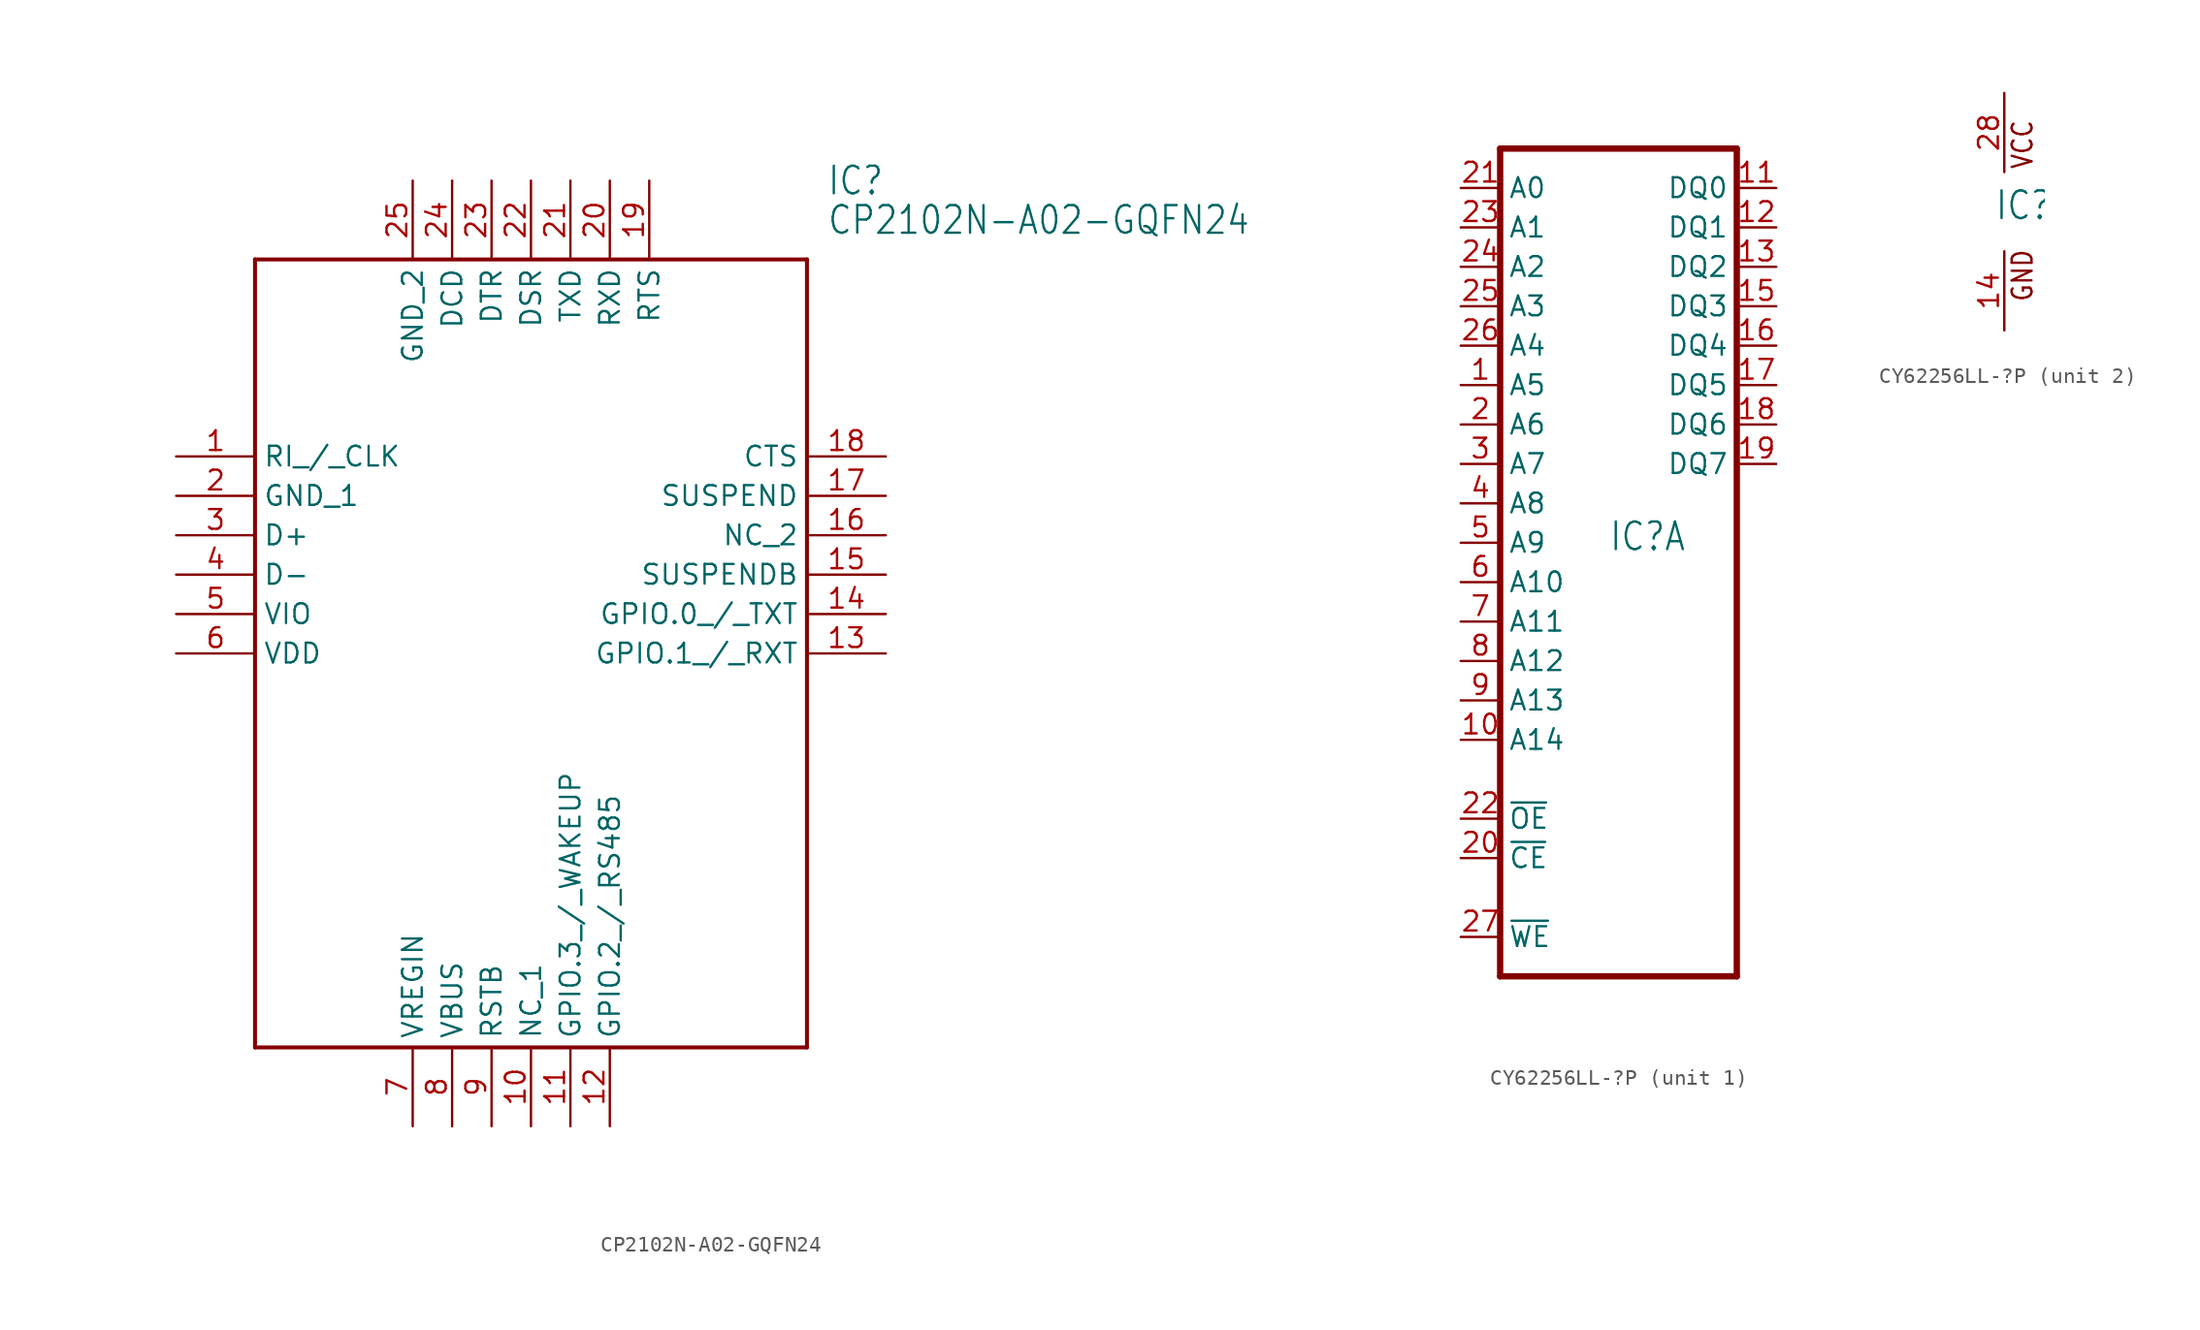
<source format=kicad_sym>
(kicad_symbol_lib
  (version 20211014)
  (generator kicad_symbol_editor)
  (symbol "CP2102N-A02-GQFN24"
    (property "Reference" "IC"
      (at 41.91 17.78 0)
      (effects (font (size 1.778 1.511)) (justify left)))
    (property "Value" "CP2102N-A02-GQFN24"
      (at 41.91 15.24 0)
      (effects (font (size 1.778 1.511)) (justify left)))
    (property "ki_locked" ""
      (at 0 0 0)
      (effects (font (size 1.27 1.27))))
    (symbol "CP2102N-A02-GQFN24_1_0"
      (polyline (pts (xy 5.08 12.7) (xy 5.08 -38.1)) (stroke (width 0.254) (type default) (color 0 0 0 0)) (fill (type none)))
      (polyline (pts (xy 5.08 12.7) (xy 40.64 12.7)) (stroke (width 0.254) (type default) (color 0 0 0 0)) (fill (type none)))
      (polyline (pts (xy 40.64 -38.1) (xy 5.08 -38.1)) (stroke (width 0.254) (type default) (color 0 0 0 0)) (fill (type none)))
      (polyline (pts (xy 40.64 -38.1) (xy 40.64 12.7)) (stroke (width 0.254) (type default) (color 0 0 0 0)) (fill (type none)))
      (pin bidirectional line (at 0 0 0) (length 5.08) (name "RI_/_CLK" (effects (font (size 1.27 1.27)))) (number "1" (effects (font (size 1.27 1.27)))))
      (pin bidirectional line (at 22.86 -43.18 90) (length 5.08) (name "NC_1" (effects (font (size 1.27 1.27)))) (number "10" (effects (font (size 1.27 1.27)))))
      (pin bidirectional line (at 25.4 -43.18 90) (length 5.08) (name "GPIO.3_/_WAKEUP" (effects (font (size 1.27 1.27)))) (number "11" (effects (font (size 1.27 1.27)))))
      (pin bidirectional line (at 27.94 -43.18 90) (length 5.08) (name "GPIO.2_/_RS485" (effects (font (size 1.27 1.27)))) (number "12" (effects (font (size 1.27 1.27)))))
      (pin bidirectional line (at 45.72 -12.7 180) (length 5.08) (name "GPIO.1_/_RXT" (effects (font (size 1.27 1.27)))) (number "13" (effects (font (size 1.27 1.27)))))
      (pin bidirectional line (at 45.72 -10.16 180) (length 5.08) (name "GPIO.0_/_TXT" (effects (font (size 1.27 1.27)))) (number "14" (effects (font (size 1.27 1.27)))))
      (pin bidirectional line (at 45.72 -7.62 180) (length 5.08) (name "SUSPENDB" (effects (font (size 1.27 1.27)))) (number "15" (effects (font (size 1.27 1.27)))))
      (pin bidirectional line (at 45.72 -5.08 180) (length 5.08) (name "NC_2" (effects (font (size 1.27 1.27)))) (number "16" (effects (font (size 1.27 1.27)))))
      (pin bidirectional line (at 45.72 -2.54 180) (length 5.08) (name "SUSPEND" (effects (font (size 1.27 1.27)))) (number "17" (effects (font (size 1.27 1.27)))))
      (pin bidirectional line (at 45.72 0 180) (length 5.08) (name "CTS" (effects (font (size 1.27 1.27)))) (number "18" (effects (font (size 1.27 1.27)))))
      (pin bidirectional line (at 30.48 17.78 270) (length 5.08) (name "RTS" (effects (font (size 1.27 1.27)))) (number "19" (effects (font (size 1.27 1.27)))))
      (pin bidirectional line (at 0 -2.54 0) (length 5.08) (name "GND_1" (effects (font (size 1.27 1.27)))) (number "2" (effects (font (size 1.27 1.27)))))
      (pin bidirectional line (at 27.94 17.78 270) (length 5.08) (name "RXD" (effects (font (size 1.27 1.27)))) (number "20" (effects (font (size 1.27 1.27)))))
      (pin bidirectional line (at 25.4 17.78 270) (length 5.08) (name "TXD" (effects (font (size 1.27 1.27)))) (number "21" (effects (font (size 1.27 1.27)))))
      (pin bidirectional line (at 22.86 17.78 270) (length 5.08) (name "DSR" (effects (font (size 1.27 1.27)))) (number "22" (effects (font (size 1.27 1.27)))))
      (pin bidirectional line (at 20.32 17.78 270) (length 5.08) (name "DTR" (effects (font (size 1.27 1.27)))) (number "23" (effects (font (size 1.27 1.27)))))
      (pin bidirectional line (at 17.78 17.78 270) (length 5.08) (name "DCD" (effects (font (size 1.27 1.27)))) (number "24" (effects (font (size 1.27 1.27)))))
      (pin bidirectional line (at 15.24 17.78 270) (length 5.08) (name "GND_2" (effects (font (size 1.27 1.27)))) (number "25" (effects (font (size 1.27 1.27)))))
      (pin bidirectional line (at 0 -5.08 0) (length 5.08) (name "D+" (effects (font (size 1.27 1.27)))) (number "3" (effects (font (size 1.27 1.27)))))
      (pin bidirectional line (at 0 -7.62 0) (length 5.08) (name "D-" (effects (font (size 1.27 1.27)))) (number "4" (effects (font (size 1.27 1.27)))))
      (pin bidirectional line (at 0 -10.16 0) (length 5.08) (name "VIO" (effects (font (size 1.27 1.27)))) (number "5" (effects (font (size 1.27 1.27)))))
      (pin bidirectional line (at 0 -12.7 0) (length 5.08) (name "VDD" (effects (font (size 1.27 1.27)))) (number "6" (effects (font (size 1.27 1.27)))))
      (pin bidirectional line (at 15.24 -43.18 90) (length 5.08) (name "VREGIN" (effects (font (size 1.27 1.27)))) (number "7" (effects (font (size 1.27 1.27)))))
      (pin bidirectional line (at 17.78 -43.18 90) (length 5.08) (name "VBUS" (effects (font (size 1.27 1.27)))) (number "8" (effects (font (size 1.27 1.27)))))
      (pin bidirectional line (at 20.32 -43.18 90) (length 5.08) (name "RSTB" (effects (font (size 1.27 1.27)))) (number "9" (effects (font (size 1.27 1.27)))))))
  (symbol "CY62256LL-?P"
    (property "Reference" "IC"
      (at -0.635 -0.635 0)
      (effects (font (size 1.778 1.511)) (justify left bottom)))
    (property "ki_locked" ""
      (at 0 0 0)
      (effects (font (size 1.27 1.27))))
    (symbol "CY62256LL-?P_1_0"
      (polyline (pts (xy -7.62 25.4) (xy -7.62 -27.94)) (stroke (width 0.406) (type default) (color 0 0 0 0)) (fill (type none)))
      (polyline (pts (xy -7.62 25.4) (xy 7.62 25.4)) (stroke (width 0.406) (type default) (color 0 0 0 0)) (fill (type none)))
      (polyline (pts (xy 7.62 -27.94) (xy -7.62 -27.94)) (stroke (width 0.406) (type default) (color 0 0 0 0)) (fill (type none)))
      (polyline (pts (xy 7.62 -27.94) (xy 7.62 25.4)) (stroke (width 0.406) (type default) (color 0 0 0 0)) (fill (type none)))
      (pin input line (at -10.16 10.16 0) (length 2.54) (name "A5" (effects (font (size 1.27 1.27)))) (number "1" (effects (font (size 1.27 1.27)))))
      (pin input line (at -10.16 -12.7 0) (length 2.54) (name "A14" (effects (font (size 1.27 1.27)))) (number "10" (effects (font (size 1.27 1.27)))))
      (pin bidirectional line (at 10.16 22.86 180) (length 2.54) (name "DQ0" (effects (font (size 1.27 1.27)))) (number "11" (effects (font (size 1.27 1.27)))))
      (pin bidirectional line (at 10.16 20.32 180) (length 2.54) (name "DQ1" (effects (font (size 1.27 1.27)))) (number "12" (effects (font (size 1.27 1.27)))))
      (pin bidirectional line (at 10.16 17.78 180) (length 2.54) (name "DQ2" (effects (font (size 1.27 1.27)))) (number "13" (effects (font (size 1.27 1.27)))))
      (pin bidirectional line (at 10.16 15.24 180) (length 2.54) (name "DQ3" (effects (font (size 1.27 1.27)))) (number "15" (effects (font (size 1.27 1.27)))))
      (pin bidirectional line (at 10.16 12.7 180) (length 2.54) (name "DQ4" (effects (font (size 1.27 1.27)))) (number "16" (effects (font (size 1.27 1.27)))))
      (pin bidirectional line (at 10.16 10.16 180) (length 2.54) (name "DQ5" (effects (font (size 1.27 1.27)))) (number "17" (effects (font (size 1.27 1.27)))))
      (pin bidirectional line (at 10.16 7.62 180) (length 2.54) (name "DQ6" (effects (font (size 1.27 1.27)))) (number "18" (effects (font (size 1.27 1.27)))))
      (pin bidirectional line (at 10.16 5.08 180) (length 2.54) (name "DQ7" (effects (font (size 1.27 1.27)))) (number "19" (effects (font (size 1.27 1.27)))))
      (pin input line (at -10.16 7.62 0) (length 2.54) (name "A6" (effects (font (size 1.27 1.27)))) (number "2" (effects (font (size 1.27 1.27)))))
      (pin input line (at -10.16 -20.32 0) (length 2.54) (name "~{CE}" (effects (font (size 1.27 1.27)))) (number "20" (effects (font (size 1.27 1.27)))))
      (pin input line (at -10.16 22.86 0) (length 2.54) (name "A0" (effects (font (size 1.27 1.27)))) (number "21" (effects (font (size 1.27 1.27)))))
      (pin input line (at -10.16 -17.78 0) (length 2.54) (name "~{OE}" (effects (font (size 1.27 1.27)))) (number "22" (effects (font (size 1.27 1.27)))))
      (pin input line (at -10.16 20.32 0) (length 2.54) (name "A1" (effects (font (size 1.27 1.27)))) (number "23" (effects (font (size 1.27 1.27)))))
      (pin input line (at -10.16 17.78 0) (length 2.54) (name "A2" (effects (font (size 1.27 1.27)))) (number "24" (effects (font (size 1.27 1.27)))))
      (pin input line (at -10.16 15.24 0) (length 2.54) (name "A3" (effects (font (size 1.27 1.27)))) (number "25" (effects (font (size 1.27 1.27)))))
      (pin input line (at -10.16 12.7 0) (length 2.54) (name "A4" (effects (font (size 1.27 1.27)))) (number "26" (effects (font (size 1.27 1.27)))))
      (pin input line (at -10.16 -25.4 0) (length 2.54) (name "~{WE}" (effects (font (size 1.27 1.27)))) (number "27" (effects (font (size 1.27 1.27)))))
      (pin input line (at -10.16 5.08 0) (length 2.54) (name "A7" (effects (font (size 1.27 1.27)))) (number "3" (effects (font (size 1.27 1.27)))))
      (pin input line (at -10.16 2.54 0) (length 2.54) (name "A8" (effects (font (size 1.27 1.27)))) (number "4" (effects (font (size 1.27 1.27)))))
      (pin input line (at -10.16 0 0) (length 2.54) (name "A9" (effects (font (size 1.27 1.27)))) (number "5" (effects (font (size 1.27 1.27)))))
      (pin input line (at -10.16 -2.54 0) (length 2.54) (name "A10" (effects (font (size 1.27 1.27)))) (number "6" (effects (font (size 1.27 1.27)))))
      (pin input line (at -10.16 -5.08 0) (length 2.54) (name "A11" (effects (font (size 1.27 1.27)))) (number "7" (effects (font (size 1.27 1.27)))))
      (pin input line (at -10.16 -7.62 0) (length 2.54) (name "A12" (effects (font (size 1.27 1.27)))) (number "8" (effects (font (size 1.27 1.27)))))
      (pin input line (at -10.16 -10.16 0) (length 2.54) (name "A13" (effects (font (size 1.27 1.27)))) (number "9" (effects (font (size 1.27 1.27))))))
    (symbol "CY62256LL-?P_2_0"
      (text "GND" (at 1.905 -5.842 900) (effects (font (size 1.27 1.079)) (justify left bottom)))
      (text "VCC" (at 1.905 2.667 900) (effects (font (size 1.27 1.079)) (justify left bottom)))
      (pin power_in line (at 0 -7.62 90) (length 5.08) (name "GND" (effects (font (size 0 0)))) (number "14" (effects (font (size 1.27 1.27)))))
      (pin power_in line (at 0 7.62 270) (length 5.08) (name "VCC" (effects (font (size 0 0)))) (number "28" (effects (font (size 1.27 1.27))))))))
</source>
